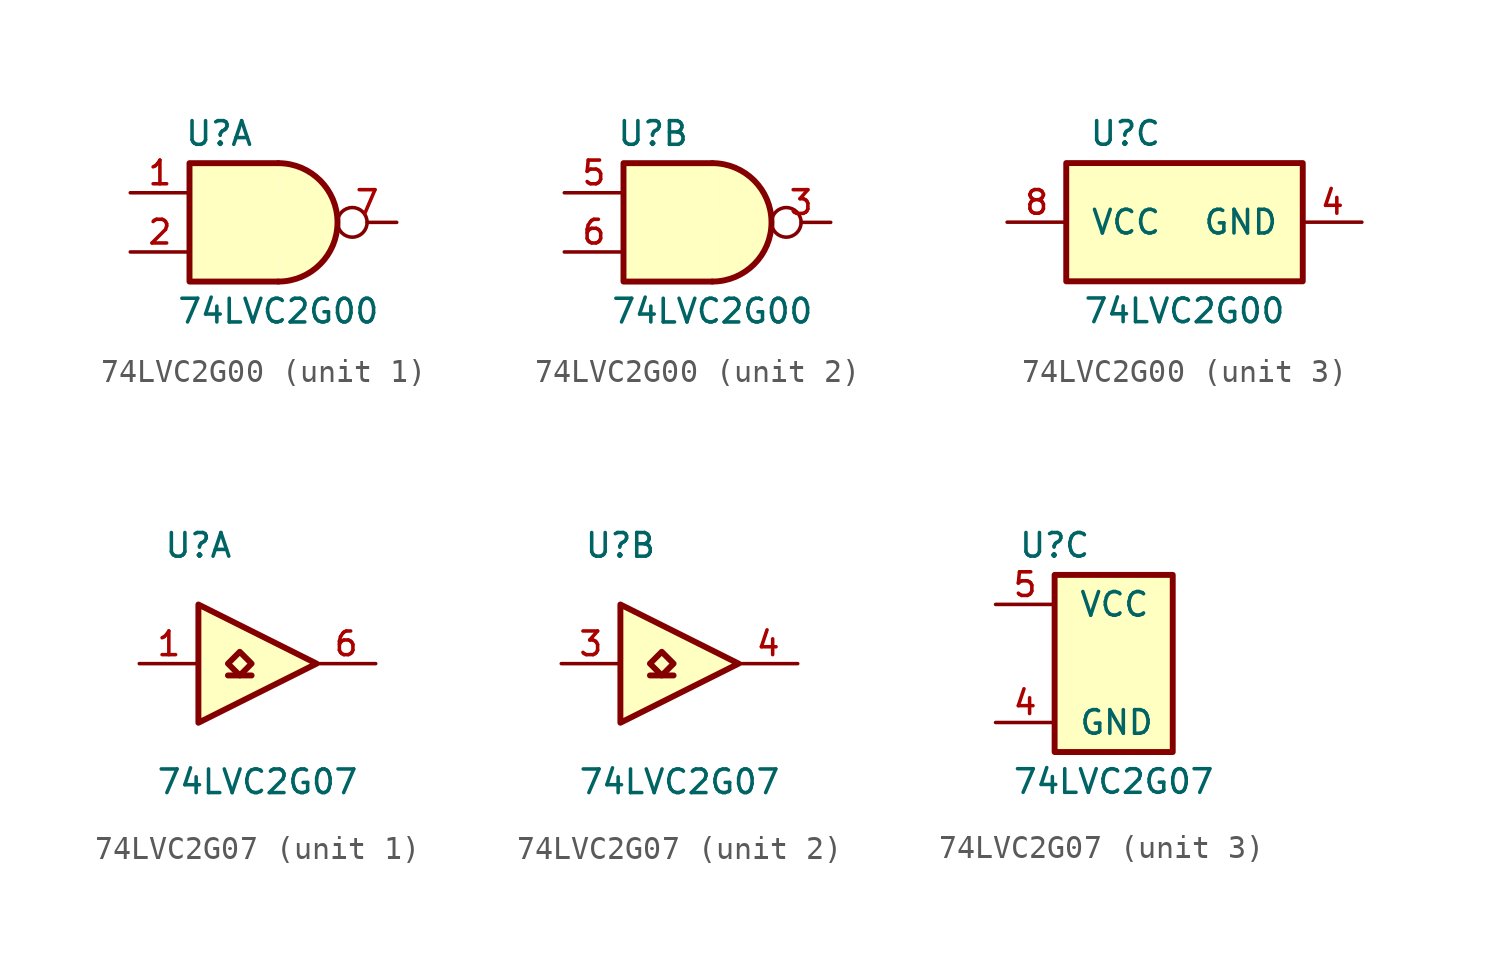
<source format=kicad_sym>
(kicad_symbol_lib
  (version 20211014)
  (generator kicad_symbol_editor)
  (symbol "74LVC2G00"
    (pin_names
      (offset 1.016))
    (property "Reference" "U"
      (at -2.54 3.81 0)
      (effects (font (size 1.016 1.016))))
    (property "Value" "74LVC2G00"
      (at 0 -3.81 0)
      (effects (font (size 1.016 1.016))))
    (symbol "74LVC2G00_1_1"
      (arc (start 0 -2.54) (mid 2.54 0) (end 0 2.54) (stroke (width 0.254) (type default) (color 0 0 0 0)) (fill (type background)))
      (polyline (pts (xy 0 -2.54) (xy -3.81 -2.54) (xy -3.81 2.54) (xy 0 2.54)) (stroke (width 0.254) (type default) (color 0 0 0 0)) (fill (type background)))
      (pin input line (at -6.35 1.27 0) (length 2.54) (name "~" (effects (font (size 1.016 1.016)))) (number "1" (effects (font (size 1.016 1.016)))))
      (pin input line (at -6.35 -1.27 0) (length 2.54) (name "~" (effects (font (size 1.016 1.016)))) (number "2" (effects (font (size 1.016 1.016)))))
      (pin output inverted (at 5.08 0 180) (length 2.54) (name "~" (effects (font (size 1.016 1.016)))) (number "7" (effects (font (size 1.016 1.016))))))
    (symbol "74LVC2G00_2_1"
      (arc (start 0 -2.54) (mid 2.54 0) (end 0 2.54) (stroke (width 0.254) (type default) (color 0 0 0 0)) (fill (type background)))
      (polyline (pts (xy 0 2.54) (xy -3.81 2.54) (xy -3.81 -2.54) (xy 0 -2.54)) (stroke (width 0.254) (type default) (color 0 0 0 0)) (fill (type background)))
      (pin output inverted (at 5.08 0 180) (length 2.54) (name "~" (effects (font (size 1.016 1.016)))) (number "3" (effects (font (size 1.016 1.016)))))
      (pin input line (at -6.35 1.27 0) (length 2.54) (name "~" (effects (font (size 1.016 1.016)))) (number "5" (effects (font (size 1.016 1.016)))))
      (pin input line (at -6.35 -1.27 0) (length 2.54) (name "~" (effects (font (size 1.016 1.016)))) (number "6" (effects (font (size 1.016 1.016))))))
    (symbol "74LVC2G00_3_1"
      (rectangle (start -5.08 2.54) (end 5.08 -2.54) (stroke (width 0.254) (type default) (color 0 0 0 0)) (fill (type background)))
      (pin power_in line (at 7.62 0 180) (length 2.54) (name "GND" (effects (font (size 1.016 1.016)))) (number "4" (effects (font (size 1.016 1.016)))))
      (pin power_in line (at -7.62 0 0) (length 2.54) (name "VCC" (effects (font (size 1.016 1.016)))) (number "8" (effects (font (size 1.016 1.016)))))))
  (symbol "74LVC2G07"
    (pin_names
      (offset 1.016))
    (property "Reference" "U"
      (at -2.54 5.08 0)
      (effects (font (size 1.016 1.016))))
    (property "Value" "74LVC2G07"
      (at 0 -5.08 0)
      (effects (font (size 1.016 1.016))))
    (symbol "74LVC2G07_1_1"
      (polyline (pts (xy -1.27 -0.508) (xy -0.254 -0.508)) (stroke (width 0.254) (type default) (color 0 0 0 0)) (fill (type none)))
      (polyline (pts (xy -2.54 2.54) (xy -2.54 -2.54) (xy 2.54 0) (xy -2.54 2.54)) (stroke (width 0.254) (type default) (color 0 0 0 0)) (fill (type background)))
      (polyline (pts (xy -0.762 -0.508) (xy -1.27 0) (xy -0.762 0.508) (xy -0.254 0) (xy -0.762 -0.508)) (stroke (width 0.254) (type default) (color 0 0 0 0)) (fill (type none)))
      (pin input line (at -5.08 0 0) (length 2.54) (name "~" (effects (font (size 1.016 1.016)))) (number "1" (effects (font (size 1.016 1.016)))))
      (pin open_collector line (at 5.08 0 180) (length 2.54) (name "~" (effects (font (size 1.016 1.016)))) (number "6" (effects (font (size 1.016 1.016))))))
    (symbol "74LVC2G07_2_1"
      (polyline (pts (xy -1.27 -0.508) (xy -0.254 -0.508)) (stroke (width 0.254) (type default) (color 0 0 0 0)) (fill (type none)))
      (polyline (pts (xy -2.54 2.54) (xy -2.54 -2.54) (xy 2.54 0) (xy -2.54 2.54)) (stroke (width 0.254) (type default) (color 0 0 0 0)) (fill (type background)))
      (polyline (pts (xy -0.762 -0.508) (xy -1.27 0) (xy -0.762 0.508) (xy -0.254 0) (xy -0.762 -0.508)) (stroke (width 0.254) (type default) (color 0 0 0 0)) (fill (type none)))
      (pin input line (at -5.08 0 0) (length 2.54) (name "~" (effects (font (size 1.016 1.016)))) (number "3" (effects (font (size 1.016 1.016)))))
      (pin open_collector line (at 5.08 0 180) (length 2.54) (name "~" (effects (font (size 1.016 1.016)))) (number "4" (effects (font (size 1.016 1.016))))))
    (symbol "74LVC2G07_3_1"
      (rectangle (start -2.54 3.81) (end 2.54 -3.81) (stroke (width 0.254) (type default) (color 0 0 0 0)) (fill (type background)))
      (pin power_in line (at -5.08 -2.54 0) (length 2.54) (name "GND" (effects (font (size 1.016 1.016)))) (number "4" (effects (font (size 1.016 1.016)))))
      (pin power_in line (at -5.08 2.54 0) (length 2.54) (name "VCC" (effects (font (size 1.016 1.016)))) (number "5" (effects (font (size 1.016 1.016))))))))
</source>
